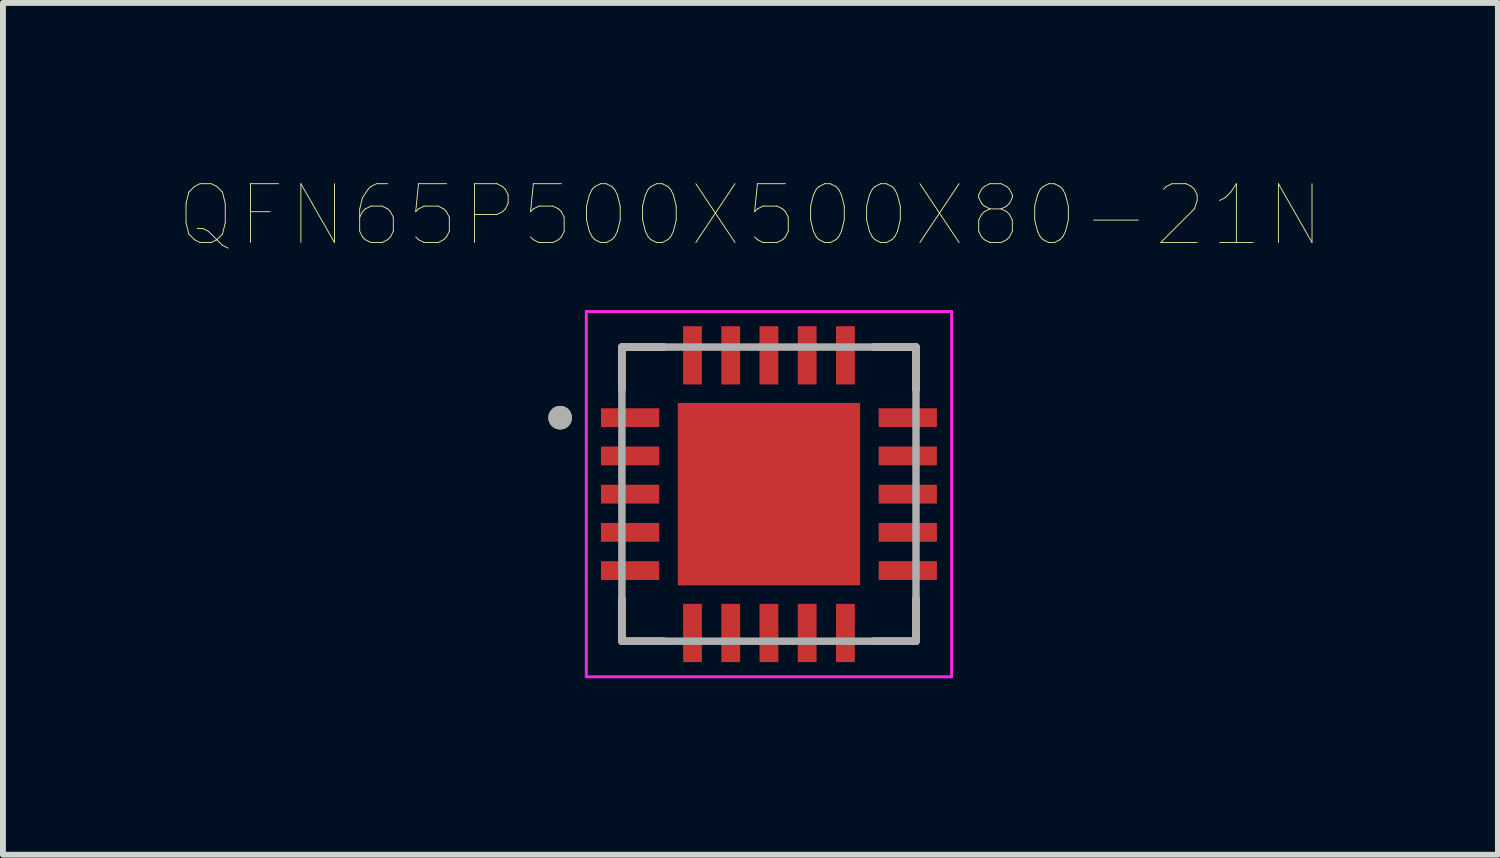
<source format=kicad_pcb>
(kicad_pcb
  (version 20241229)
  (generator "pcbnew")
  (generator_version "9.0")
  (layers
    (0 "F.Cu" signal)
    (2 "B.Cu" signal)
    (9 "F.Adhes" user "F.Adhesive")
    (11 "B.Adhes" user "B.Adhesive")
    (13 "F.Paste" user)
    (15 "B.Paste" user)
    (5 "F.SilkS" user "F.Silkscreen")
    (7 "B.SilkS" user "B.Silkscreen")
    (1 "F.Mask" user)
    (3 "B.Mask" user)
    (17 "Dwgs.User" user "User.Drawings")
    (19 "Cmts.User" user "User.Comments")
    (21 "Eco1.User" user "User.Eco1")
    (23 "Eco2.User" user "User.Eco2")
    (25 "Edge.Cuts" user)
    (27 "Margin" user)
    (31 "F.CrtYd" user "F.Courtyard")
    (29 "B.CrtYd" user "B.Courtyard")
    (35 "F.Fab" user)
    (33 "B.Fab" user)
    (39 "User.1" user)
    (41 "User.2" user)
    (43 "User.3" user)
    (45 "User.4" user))
  (footprint "QFN65P500X500X80-21N"
    (layer "F.Cu")
    (at 10.023 5.351)
    (property "Reference" "QFN65P500X500X80-21N" (at -0.315 -4.74 0) (layer "F.SilkS") (effects (font (size 1 1) (thickness 0.015))))
    (attr through_hole)
    (fp_line (start -2.5 -2.5) (end -2.5 -1.78) (stroke (width 0.127) (type solid)) (layer "F.SilkS"))
    (fp_line (start -2.5 -2.5) (end -1.78 -2.5) (stroke (width 0.127) (type solid)) (layer "F.SilkS"))
    (fp_line (start -2.5 2.5) (end -2.5 1.78) (stroke (width 0.127) (type solid)) (layer "F.SilkS"))
    (fp_line (start -2.5 2.5) (end -1.78 2.5) (stroke (width 0.127) (type solid)) (layer "F.SilkS"))
    (fp_line (start 2.5 -2.5) (end 1.78 -2.5) (stroke (width 0.127) (type solid)) (layer "F.SilkS"))
    (fp_line (start 2.5 -2.5) (end 2.5 -1.78) (stroke (width 0.127) (type solid)) (layer "F.SilkS"))
    (fp_line (start 2.5 2.5) (end 1.78 2.5) (stroke (width 0.127) (type solid)) (layer "F.SilkS"))
    (fp_line (start 2.5 2.5) (end 2.5 1.78) (stroke (width 0.127) (type solid)) (layer "F.SilkS"))
    (fp_circle (center -3.55 -1.3) (end -3.45 -1.3) (stroke (width 0.2) (type solid)) (fill no) (layer "F.SilkS"))
    (fp_poly (pts (xy -0.98 -0.98) (xy 0.98 -0.98) (xy 0.98 0.98) (xy -0.98 0.98)) (stroke (width 0.01) (type solid)) (fill yes) (layer "F.Paste"))
    (fp_line (start -3.105 -3.105) (end 3.105 -3.105) (stroke (width 0.05) (type solid)) (layer "F.CrtYd"))
    (fp_line (start -3.105 3.105) (end -3.105 -3.105) (stroke (width 0.05) (type solid)) (layer "F.CrtYd"))
    (fp_line (start -3.105 3.105) (end 3.105 3.105) (stroke (width 0.05) (type solid)) (layer "F.CrtYd"))
    (fp_line (start 3.105 3.105) (end 3.105 -3.105) (stroke (width 0.05) (type solid)) (layer "F.CrtYd"))
    (fp_line (start -2.5 2.5) (end -2.5 -2.5) (stroke (width 0.127) (type solid)) (layer "F.Fab"))
    (fp_line (start 2.5 -2.5) (end -2.5 -2.5) (stroke (width 0.127) (type solid)) (layer "F.Fab"))
    (fp_line (start 2.5 2.5) (end -2.5 2.5) (stroke (width 0.127) (type solid)) (layer "F.Fab"))
    (fp_line (start 2.5 2.5) (end 2.5 -2.5) (stroke (width 0.127) (type solid)) (layer "F.Fab"))
    (fp_circle (center -3.55 -1.3) (end -3.45 -1.3) (stroke (width 0.2) (type solid)) (fill no) (layer "F.Fab"))
    (pad "1" smd rect (at -2.36 -1.3) (size 0.99 0.32) (layers "F.Cu" "F.Mask" "F.Paste"))
    (pad "2" smd rect (at -2.36 -0.65) (size 0.99 0.32) (layers "F.Cu" "F.Mask" "F.Paste"))
    (pad "3" smd rect (at -2.36 0) (size 0.99 0.32) (layers "F.Cu" "F.Mask" "F.Paste"))
    (pad "4" smd rect (at -2.36 0.65) (size 0.99 0.32) (layers "F.Cu" "F.Mask" "F.Paste"))
    (pad "5" smd rect (at -2.36 1.3) (size 0.99 0.32) (layers "F.Cu" "F.Mask" "F.Paste"))
    (pad "6" smd rect (at -1.3 2.36) (size 0.32 0.99) (layers "F.Cu" "F.Mask" "F.Paste"))
    (pad "7" smd rect (at -0.65 2.36) (size 0.32 0.99) (layers "F.Cu" "F.Mask" "F.Paste"))
    (pad "8" smd rect (at 0 2.36) (size 0.32 0.99) (layers "F.Cu" "F.Mask" "F.Paste"))
    (pad "9" smd rect (at 0.65 2.36) (size 0.32 0.99) (layers "F.Cu" "F.Mask" "F.Paste"))
    (pad "10" smd rect (at 1.3 2.36) (size 0.32 0.99) (layers "F.Cu" "F.Mask" "F.Paste"))
    (pad "11" smd rect (at 2.36 1.3) (size 0.99 0.32) (layers "F.Cu" "F.Mask" "F.Paste"))
    (pad "12" smd rect (at 2.36 0.65) (size 0.99 0.32) (layers "F.Cu" "F.Mask" "F.Paste"))
    (pad "13" smd rect (at 2.36 0) (size 0.99 0.32) (layers "F.Cu" "F.Mask" "F.Paste"))
    (pad "14" smd rect (at 2.36 -0.65) (size 0.99 0.32) (layers "F.Cu" "F.Mask" "F.Paste"))
    (pad "15" smd rect (at 2.36 -1.3) (size 0.99 0.32) (layers "F.Cu" "F.Mask" "F.Paste"))
    (pad "16" smd rect (at 1.3 -2.36) (size 0.32 0.99) (layers "F.Cu" "F.Mask" "F.Paste"))
    (pad "17" smd rect (at 0.65 -2.36) (size 0.32 0.99) (layers "F.Cu" "F.Mask" "F.Paste"))
    (pad "18" smd rect (at 0 -2.36) (size 0.32 0.99) (layers "F.Cu" "F.Mask" "F.Paste"))
    (pad "19" smd rect (at -0.65 -2.36) (size 0.32 0.99) (layers "F.Cu" "F.Mask" "F.Paste"))
    (pad "20" smd rect (at -1.3 -2.36) (size 0.32 0.99) (layers "F.Cu" "F.Mask" "F.Paste"))
    (pad "21" smd rect (at 0 0) (size 3.1 3.1) (layers "F.Cu" "F.Mask")))
  (gr_rect
    (start -3 -3)
    (end 22.416 11.481)
    (stroke (width 0.1) (type default))
    (fill no)
    (layer "Edge.Cuts")))
</source>
